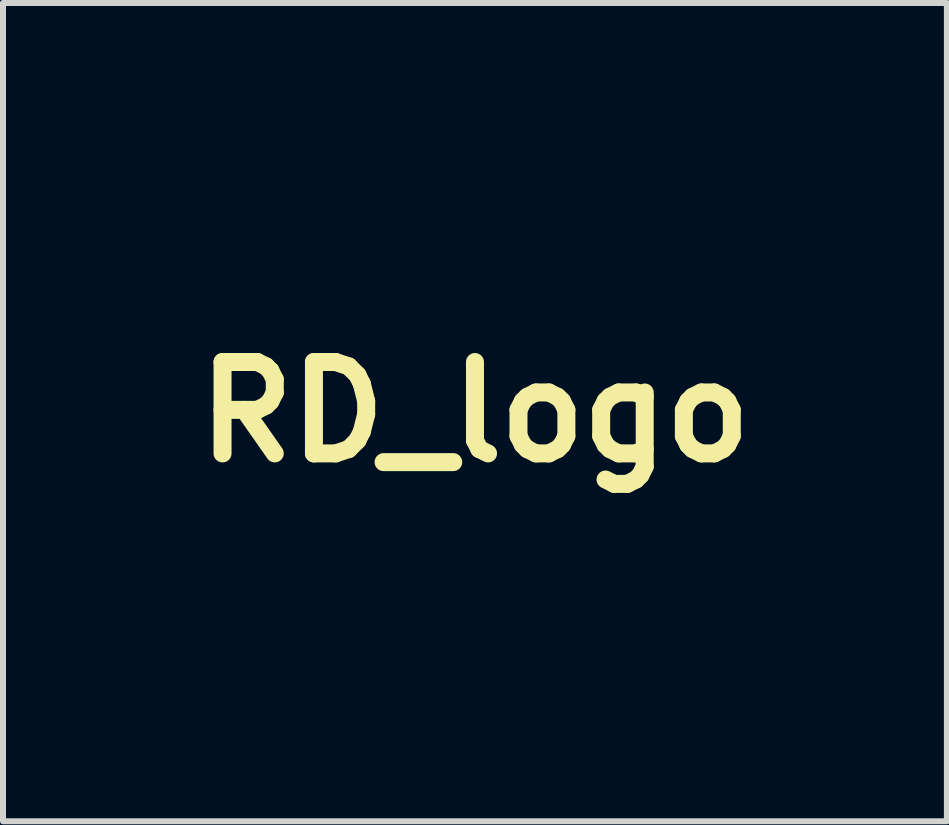
<source format=kicad_pcb>
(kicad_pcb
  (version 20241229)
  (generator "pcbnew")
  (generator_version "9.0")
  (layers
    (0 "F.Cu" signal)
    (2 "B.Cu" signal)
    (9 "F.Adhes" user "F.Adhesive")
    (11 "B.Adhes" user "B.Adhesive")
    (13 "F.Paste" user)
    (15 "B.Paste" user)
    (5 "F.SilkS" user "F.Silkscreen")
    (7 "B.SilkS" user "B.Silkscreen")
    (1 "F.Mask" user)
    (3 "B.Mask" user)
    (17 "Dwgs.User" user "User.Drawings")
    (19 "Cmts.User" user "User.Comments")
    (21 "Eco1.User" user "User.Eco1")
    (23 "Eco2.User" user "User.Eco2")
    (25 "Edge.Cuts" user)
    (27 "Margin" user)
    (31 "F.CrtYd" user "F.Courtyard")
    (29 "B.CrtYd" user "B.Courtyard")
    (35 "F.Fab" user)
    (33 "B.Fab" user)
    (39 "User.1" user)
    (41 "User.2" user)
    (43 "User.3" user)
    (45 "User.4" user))
  (footprint "RD_logo"
    (layer "F.Cu")
    (at 4.87 3.821)
    (property "Reference" "RD_logo" (at 0 0 0) (layer "F.SilkS") (effects (font (size 1.524 1.524) (thickness 0.3))))
    (attr through_hole)
    (fp_poly (pts (xy 0.07 0.925) (xy 0.074 0.93) (xy 0.076 0.937) (xy 0.076 0.942) (xy 0.077 0.948) (xy 0.079 0.957) (xy 0.081 0.968) (xy 0.085 0.979) (xy 0.088 0.989) (xy 0.092 0.998) (xy 0.093 1) (xy 0.099 1.01) (xy 0.105 1.019) (xy 0.11 1.024) (xy 0.123 1.035) (xy 0.139 1.046) (xy 0.158 1.058) (xy 0.179 1.068) (xy 0.196 1.076) (xy 0.204 1.079) (xy 0.209 1.082) (xy 0.212 1.084) (xy 0.213 1.086) (xy 0.212 1.091) (xy 0.211 1.093) (xy 0.209 1.093) (xy 0.203 1.094) (xy 0.195 1.096) (xy 0.184 1.097) (xy 0.172 1.099) (xy 0.158 1.101) (xy 0.144 1.102) (xy 0.13 1.104) (xy 0.116 1.106) (xy 0.103 1.107) (xy 0.092 1.108) (xy 0.082 1.109) (xy 0.076 1.11) (xy 0.073 1.11) (xy 0.065 1.109) (xy 0.057 1.108) (xy 0.055 1.107) (xy 0.041 1.101) (xy 0.03 1.093) (xy 0.02 1.083) (xy 0.014 1.071) (xy 0.01 1.059) (xy 0.01 1.049) (xy 0.011 1.045) (xy 0.013 1.038) (xy 0.017 1.028) (xy 0.02 1.017) (xy 0.025 1.005) (xy 0.03 0.992) (xy 0.035 0.978) (xy 0.04 0.965) (xy 0.045 0.953) (xy 0.05 0.943) (xy 0.054 0.934) (xy 0.057 0.928) (xy 0.059 0.924) (xy 0.059 0.924) (xy 0.065 0.923) (xy 0.07 0.925)) (stroke (width 0.01) (type solid)) (fill yes) (layer "F.Mask"))
    (fp_poly (pts (xy -0.68 -3.219) (xy -0.68 -3.216) (xy -0.681 -3.214) (xy -0.685 -3.209) (xy -0.691 -3.203) (xy -0.699 -3.195) (xy -0.707 -3.186) (xy -0.717 -3.176) (xy -0.717 -3.176) (xy -0.755 -3.138) (xy -0.791 -3.102) (xy -0.823 -3.069) (xy -0.853 -3.037) (xy -0.879 -3.008) (xy -0.903 -2.981) (xy -0.916 -2.965) (xy -0.922 -2.958) (xy -0.929 -2.948) (xy -0.938 -2.936) (xy -0.948 -2.923) (xy -0.958 -2.91) (xy -0.967 -2.896) (xy -0.97 -2.893) (xy -0.987 -2.868) (xy -1.002 -2.847) (xy -1.017 -2.827) (xy -1.031 -2.808) (xy -1.044 -2.79) (xy -1.059 -2.772) (xy -1.074 -2.754) (xy -1.078 -2.748) (xy -1.105 -2.715) (xy -1.129 -2.685) (xy -1.151 -2.657) (xy -1.17 -2.63) (xy -1.187 -2.606) (xy -1.195 -2.594) (xy -1.199 -2.586) (xy -1.206 -2.576) (xy -1.213 -2.562) (xy -1.222 -2.545) (xy -1.232 -2.526) (xy -1.242 -2.506) (xy -1.254 -2.483) (xy -1.266 -2.459) (xy -1.278 -2.435) (xy -1.29 -2.409) (xy -1.303 -2.383) (xy -1.315 -2.357) (xy -1.328 -2.332) (xy -1.339 -2.307) (xy -1.351 -2.282) (xy -1.355 -2.272) (xy -1.373 -2.233) (xy -1.392 -2.19) (xy -1.411 -2.146) (xy -1.431 -2.1) (xy -1.45 -2.054) (xy -1.469 -2.008) (xy -1.477 -1.986) (xy -1.483 -1.973) (xy -1.488 -1.961) (xy -1.492 -1.95) (xy -1.496 -1.942) (xy -1.498 -1.936) (xy -1.5 -1.933) (xy -1.504 -1.929) (xy -1.51 -1.928) (xy -1.516 -1.93) (xy -1.519 -1.933) (xy -1.52 -1.935) (xy -1.52 -1.936) (xy -1.521 -1.939) (xy -1.52 -1.942) (xy -1.519 -1.947) (xy -1.518 -1.953) (xy -1.516 -1.962) (xy -1.514 -1.973) (xy -1.51 -1.987) (xy -1.506 -2.005) (xy -1.503 -2.017) (xy -1.494 -2.051) (xy -1.486 -2.081) (xy -1.479 -2.11) (xy -1.471 -2.136) (xy -1.464 -2.161) (xy -1.457 -2.186) (xy -1.449 -2.21) (xy -1.44 -2.236) (xy -1.431 -2.262) (xy -1.421 -2.291) (xy -1.421 -2.292) (xy -1.409 -2.326) (xy -1.396 -2.36) (xy -1.383 -2.395) (xy -1.371 -2.429) (xy -1.358 -2.462) (xy -1.345 -2.495) (xy -1.332 -2.527) (xy -1.32 -2.557) (xy -1.308 -2.586) (xy -1.297 -2.613) (xy -1.287 -2.638) (xy -1.277 -2.661) (xy -1.268 -2.681) (xy -1.259 -2.699) (xy -1.252 -2.713) (xy -1.246 -2.724) (xy -1.245 -2.727) (xy -1.238 -2.737) (xy -1.229 -2.749) (xy -1.219 -2.761) (xy -1.207 -2.775) (xy -1.193 -2.79) (xy -1.176 -2.808) (xy -1.161 -2.823) (xy -1.128 -2.856) (xy -1.092 -2.889) (xy -1.054 -2.925) (xy -1.014 -2.96) (xy -0.972 -2.997) (xy -0.929 -3.033) (xy -0.886 -3.069) (xy -0.842 -3.104) (xy -0.799 -3.138) (xy -0.756 -3.171) (xy -0.749 -3.176) (xy -0.737 -3.185) (xy -0.726 -3.194) (xy -0.715 -3.201) (xy -0.706 -3.208) (xy -0.699 -3.213) (xy -0.695 -3.216) (xy -0.694 -3.217) (xy -0.688 -3.22) (xy -0.683 -3.221) (xy -0.68 -3.219)) (stroke (width 0.01) (type solid)) (fill yes) (layer "F.Mask"))
    (fp_poly (pts (xy -1.956 -1.494) (xy -1.953 -1.493) (xy -1.949 -1.489) (xy -1.943 -1.482) (xy -1.936 -1.471) (xy -1.928 -1.457) (xy -1.917 -1.44) (xy -1.905 -1.419) (xy -1.891 -1.394) (xy -1.876 -1.366) (xy -1.859 -1.335) (xy -1.84 -1.3) (xy -1.82 -1.261) (xy -1.805 -1.234) (xy -1.795 -1.214) (xy -1.786 -1.196) (xy -1.776 -1.178) (xy -1.768 -1.162) (xy -1.76 -1.148) (xy -1.754 -1.136) (xy -1.749 -1.127) (xy -1.745 -1.12) (xy -1.743 -1.116) (xy -1.743 -1.116) (xy -1.741 -1.114) (xy -1.737 -1.109) (xy -1.73 -1.102) (xy -1.72 -1.093) (xy -1.708 -1.081) (xy -1.694 -1.067) (xy -1.677 -1.051) (xy -1.659 -1.032) (xy -1.638 -1.012) (xy -1.616 -0.991) (xy -1.592 -0.967) (xy -1.566 -0.942) (xy -1.539 -0.916) (xy -1.511 -0.888) (xy -1.481 -0.859) (xy -1.45 -0.829) (xy -1.418 -0.797) (xy -1.384 -0.765) (xy -1.35 -0.732) (xy -1.316 -0.699) (xy -1.28 -0.664) (xy -1.244 -0.629) (xy -1.208 -0.594) (xy -1.171 -0.558) (xy -1.134 -0.523) (xy -1.097 -0.487) (xy -1.06 -0.451) (xy -1.023 -0.415) (xy -0.986 -0.379) (xy -0.949 -0.344) (xy -0.913 -0.309) (xy -0.878 -0.275) (xy -0.843 -0.241) (xy -0.809 -0.208) (xy -0.775 -0.176) (xy -0.743 -0.145) (xy -0.712 -0.114) (xy -0.682 -0.085) (xy -0.653 -0.058) (xy -0.625 -0.031) (xy -0.599 -0.006) (xy -0.575 0.017) (xy -0.552 0.039) (xy -0.532 0.059) (xy -0.513 0.077) (xy -0.496 0.093) (xy -0.481 0.107) (xy -0.469 0.118) (xy -0.459 0.128) (xy -0.451 0.135) (xy -0.446 0.14) (xy -0.444 0.142) (xy -0.432 0.15) (xy -0.417 0.158) (xy -0.401 0.166) (xy -0.386 0.174) (xy -0.371 0.18) (xy -0.366 0.182) (xy -0.349 0.187) (xy -0.333 0.189) (xy -0.318 0.189) (xy -0.305 0.187) (xy -0.305 0.187) (xy -0.289 0.181) (xy -0.273 0.171) (xy -0.255 0.157) (xy -0.236 0.139) (xy -0.217 0.118) (xy -0.196 0.093) (xy -0.187 0.08) (xy -0.178 0.069) (xy -0.172 0.061) (xy -0.167 0.056) (xy -0.163 0.053) (xy -0.159 0.053) (xy -0.155 0.054) (xy -0.151 0.056) (xy -0.149 0.058) (xy -0.147 0.061) (xy -0.147 0.065) (xy -0.147 0.071) (xy -0.147 0.085) (xy -0.149 0.101) (xy -0.153 0.119) (xy -0.157 0.138) (xy -0.162 0.157) (xy -0.167 0.175) (xy -0.173 0.192) (xy -0.174 0.196) (xy -0.188 0.224) (xy -0.204 0.25) (xy -0.224 0.274) (xy -0.246 0.295) (xy -0.27 0.313) (xy -0.294 0.327) (xy -0.31 0.334) (xy -0.325 0.338) (xy -0.339 0.339) (xy -0.349 0.338) (xy -0.368 0.334) (xy -0.388 0.326) (xy -0.406 0.314) (xy -0.407 0.314) (xy -0.411 0.311) (xy -0.417 0.305) (xy -0.426 0.297) (xy -0.437 0.287) (xy -0.451 0.274) (xy -0.467 0.258) (xy -0.486 0.24) (xy -0.508 0.219) (xy -0.532 0.196) (xy -0.559 0.169) (xy -0.588 0.14) (xy -0.597 0.132) (xy -0.619 0.11) (xy -0.64 0.09) (xy -0.66 0.07) (xy -0.679 0.051) (xy -0.697 0.034) (xy -0.713 0.018) (xy -0.728 0.003) (xy -0.741 -0.009) (xy -0.752 -0.02) (xy -0.761 -0.029) (xy -0.768 -0.035) (xy -0.772 -0.039) (xy -0.774 -0.041) (xy -0.774 -0.041) (xy -0.774 -0.039) (xy -0.775 -0.034) (xy -0.777 -0.028) (xy -0.777 -0.024) (xy -0.781 0.002) (xy -0.788 0.031) (xy -0.797 0.061) (xy -0.807 0.092) (xy -0.819 0.123) (xy -0.832 0.153) (xy -0.846 0.182) (xy -0.857 0.203) (xy -0.866 0.218) (xy -0.877 0.236) (xy -0.891 0.257) (xy -0.905 0.278) (xy -0.921 0.301) (xy -0.938 0.324) (xy -0.954 0.347) (xy -0.971 0.37) (xy -0.988 0.391) (xy -1.002 0.41) (xy -1.015 0.425) (xy -1.028 0.427) (xy -1.038 0.427) (xy -1.051 0.428) (xy -1.066 0.428) (xy -1.082 0.427) (xy -1.099 0.427) (xy -1.113 0.426) (xy -1.125 0.425) (xy -1.139 0.424) (xy -1.151 0.422) (xy -1.158 0.421) (xy -1.182 0.416) (xy -1.209 0.41) (xy -1.238 0.402) (xy -1.269 0.392) (xy -1.3 0.38) (xy -1.332 0.368) (xy -1.364 0.355) (xy -1.395 0.34) (xy -1.404 0.336) (xy -1.437 0.32) (xy -1.467 0.303) (xy -1.494 0.287) (xy -1.519 0.27) (xy -1.543 0.252) (xy -1.566 0.233) (xy -1.589 0.212) (xy -1.606 0.196) (xy -1.638 0.162) (xy -1.668 0.127) (xy -1.697 0.09) (xy -1.724 0.051) (xy -1.751 0.009) (xy -1.778 -0.037) (xy -1.804 -0.086) (xy -1.809 -0.097) (xy -1.812 -0.103) (xy -1.036 -0.103) (xy -1.034 -0.089) (xy -1.031 -0.073) (xy -1.025 -0.058) (xy -1.018 -0.043) (xy -1.01 -0.03) (xy -1.003 -0.02) (xy -0.987 -0.007) (xy -0.971 0.003) (xy -0.954 0.009) (xy -0.937 0.011) (xy -0.931 0.011) (xy -0.923 0.01) (xy -0.916 0.009) (xy -0.909 0.006) (xy -0.9 0.002) (xy -0.9 0.002) (xy -0.884 -0.007) (xy -0.871 -0.02) (xy -0.859 -0.034) (xy -0.857 -0.037) (xy -0.853 -0.046) (xy -0.848 -0.057) (xy -0.844 -0.07) (xy -0.841 -0.084) (xy -0.839 -0.089) (xy -0.836 -0.103) (xy -0.89 -0.155) (xy -0.902 -0.167) (xy -0.914 -0.179) (xy -0.925 -0.19) (xy -0.935 -0.199) (xy -0.943 -0.207) (xy -0.95 -0.213) (xy -0.954 -0.217) (xy -0.954 -0.217) (xy -0.965 -0.227) (xy -0.982 -0.211) (xy -0.997 -0.195) (xy -1.009 -0.18) (xy -1.019 -0.164) (xy -1.023 -0.156) (xy -1.028 -0.143) (xy -1.032 -0.129) (xy -1.034 -0.116) (xy -1.036 -0.103) (xy -1.036 -0.103) (xy -1.812 -0.103) (xy -1.842 -0.164) (xy -1.871 -0.231) (xy -1.897 -0.297) (xy -1.92 -0.362) (xy -1.94 -0.427) (xy -1.955 -0.482) (xy -1.42 -0.482) (xy -1.42 -0.475) (xy -1.419 -0.455) (xy -1.417 -0.438) (xy -1.414 -0.422) (xy -1.41 -0.406) (xy -1.405 -0.39) (xy -1.397 -0.369) (xy -1.387 -0.349) (xy -1.376 -0.329) (xy -1.363 -0.31) (xy -1.35 -0.294) (xy -1.337 -0.28) (xy -1.323 -0.268) (xy -1.318 -0.265) (xy -1.298 -0.254) (xy -1.276 -0.244) (xy -1.254 -0.236) (xy -1.232 -0.231) (xy -1.23 -0.231) (xy -1.218 -0.229) (xy -1.204 -0.229) (xy -1.19 -0.229) (xy -1.176 -0.23) (xy -1.167 -0.232) (xy -1.146 -0.238) (xy -1.127 -0.247) (xy -1.11 -0.26) (xy -1.095 -0.275) (xy -1.083 -0.293) (xy -1.077 -0.306) (xy -1.075 -0.313) (xy -1.073 -0.319) (xy -1.072 -0.322) (xy -1.072 -0.323) (xy -1.072 -0.325) (xy -1.073 -0.327) (xy -1.075 -0.329) (xy -1.078 -0.333) (xy -1.082 -0.337) (xy -1.088 -0.343) (xy -1.094 -0.349) (xy -1.102 -0.358) (xy -1.112 -0.368) (xy -1.124 -0.379) (xy -1.138 -0.393) (xy -1.154 -0.409) (xy -1.172 -0.427) (xy -1.193 -0.447) (xy -1.216 -0.47) (xy -1.225 -0.479) (xy -1.246 -0.499) (xy -1.266 -0.518) (xy -1.284 -0.536) (xy -1.302 -0.554) (xy -1.318 -0.57) (xy -1.333 -0.584) (xy -1.347 -0.597) (xy -1.358 -0.608) (xy -1.367 -0.617) (xy -1.374 -0.624) (xy -1.379 -0.628) (xy -1.381 -0.63) (xy -1.381 -0.63) (xy -1.383 -0.628) (xy -1.386 -0.624) (xy -1.389 -0.617) (xy -1.393 -0.608) (xy -1.397 -0.599) (xy -1.401 -0.589) (xy -1.404 -0.58) (xy -1.406 -0.575) (xy -1.413 -0.552) (xy -1.417 -0.529) (xy -1.42 -0.507) (xy -1.42 -0.482) (xy -1.955 -0.482) (xy -1.956 -0.49) (xy -1.969 -0.551) (xy -1.977 -0.599) (xy -1.981 -0.625) (xy -1.983 -0.648) (xy -1.984 -0.671) (xy -1.985 -0.694) (xy -1.986 -0.716) (xy -1.986 -0.73) (xy -1.986 -0.741) (xy -1.986 -0.748) (xy -1.986 -0.753) (xy -1.987 -0.757) (xy -1.988 -0.759) (xy -1.989 -0.761) (xy -1.99 -0.762) (xy -1.992 -0.763) (xy -1.997 -0.767) (xy -2.005 -0.772) (xy -2.016 -0.779) (xy -2.029 -0.787) (xy -2.044 -0.797) (xy -2.061 -0.808) (xy -2.08 -0.82) (xy -2.1 -0.832) (xy -2.121 -0.846) (xy -2.143 -0.86) (xy -2.143 -0.86) (xy -2.165 -0.874) (xy -2.187 -0.887) (xy -2.207 -0.9) (xy -2.225 -0.912) (xy -2.242 -0.922) (xy -2.258 -0.932) (xy -2.271 -0.94) (xy -2.282 -0.947) (xy -2.29 -0.953) (xy -2.295 -0.956) (xy -2.297 -0.958) (xy -2.297 -0.958) (xy -2.304 -0.966) (xy -2.307 -0.974) (xy -2.307 -0.982) (xy -2.303 -0.989) (xy -2.296 -0.996) (xy -2.286 -1.001) (xy -2.274 -1.003) (xy -2.261 -1.004) (xy -2.247 -1.003) (xy -2.247 -1.003) (xy -2.242 -1.001) (xy -2.234 -0.998) (xy -2.223 -0.993) (xy -2.21 -0.987) (xy -2.194 -0.979) (xy -2.178 -0.971) (xy -2.16 -0.963) (xy -2.142 -0.953) (xy -2.123 -0.944) (xy -2.105 -0.934) (xy -2.087 -0.925) (xy -2.069 -0.916) (xy -2.053 -0.907) (xy -2.039 -0.899) (xy -2.027 -0.892) (xy -2.022 -0.889) (xy -2.007 -0.88) (xy -1.995 -0.873) (xy -1.985 -0.867) (xy -1.977 -0.863) (xy -1.97 -0.861) (xy -1.965 -0.86) (xy -1.961 -0.86) (xy -1.957 -0.861) (xy -1.954 -0.862) (xy -1.949 -0.866) (xy -1.943 -0.873) (xy -1.937 -0.88) (xy -1.931 -0.888) (xy -1.928 -0.893) (xy -1.924 -0.904) (xy -1.923 -0.914) (xy -1.925 -0.922) (xy -1.927 -0.924) (xy -1.931 -0.929) (xy -1.937 -0.937) (xy -1.945 -0.946) (xy -1.955 -0.958) (xy -1.966 -0.971) (xy -1.979 -0.985) (xy -1.992 -1) (xy -2.004 -1.012) (xy -2.034 -1.046) (xy -2.062 -1.077) (xy -2.087 -1.106) (xy -2.11 -1.131) (xy -2.131 -1.155) (xy -2.15 -1.176) (xy -2.166 -1.194) (xy -2.181 -1.211) (xy -2.193 -1.226) (xy -2.204 -1.238) (xy -2.213 -1.249) (xy -2.221 -1.258) (xy -2.226 -1.265) (xy -2.231 -1.271) (xy -2.234 -1.276) (xy -2.235 -1.279) (xy -2.238 -1.288) (xy -2.239 -1.299) (xy -2.238 -1.31) (xy -2.236 -1.315) (xy -2.231 -1.327) (xy -2.223 -1.335) (xy -2.214 -1.341) (xy -2.204 -1.344) (xy -2.194 -1.343) (xy -2.187 -1.341) (xy -2.184 -1.338) (xy -2.179 -1.334) (xy -2.171 -1.327) (xy -2.162 -1.319) (xy -2.151 -1.308) (xy -2.138 -1.297) (xy -2.125 -1.284) (xy -2.111 -1.27) (xy -2.107 -1.267) (xy -2.091 -1.25) (xy -2.075 -1.235) (xy -2.061 -1.221) (xy -2.047 -1.207) (xy -2.033 -1.193) (xy -2.019 -1.179) (xy -2.004 -1.164) (xy -1.988 -1.147) (xy -1.971 -1.129) (xy -1.952 -1.11) (xy -1.931 -1.088) (xy -1.916 -1.072) (xy -1.905 -1.06) (xy -1.895 -1.05) (xy -1.886 -1.042) (xy -1.879 -1.036) (xy -1.874 -1.032) (xy -1.873 -1.031) (xy -1.862 -1.028) (xy -1.853 -1.027) (xy -1.844 -1.031) (xy -1.836 -1.037) (xy -1.835 -1.039) (xy -1.833 -1.042) (xy -1.833 -1.046) (xy -1.834 -1.052) (xy -1.834 -1.054) (xy -1.835 -1.057) (xy -1.838 -1.064) (xy -1.842 -1.074) (xy -1.847 -1.086) (xy -1.853 -1.1) (xy -1.86 -1.117) (xy -1.868 -1.134) (xy -1.876 -1.153) (xy -1.885 -1.173) (xy -1.885 -1.173) (xy -1.898 -1.201) (xy -1.909 -1.225) (xy -1.919 -1.247) (xy -1.927 -1.266) (xy -1.935 -1.284) (xy -1.941 -1.299) (xy -1.947 -1.313) (xy -1.953 -1.326) (xy -1.958 -1.339) (xy -1.963 -1.351) (xy -1.968 -1.363) (xy -1.973 -1.376) (xy -1.976 -1.383) (xy -1.992 -1.423) (xy -1.992 -1.446) (xy -1.993 -1.459) (xy -1.992 -1.468) (xy -1.991 -1.476) (xy -1.988 -1.482) (xy -1.984 -1.487) (xy -1.981 -1.49) (xy -1.973 -1.495) (xy -1.965 -1.497) (xy -1.956 -1.494)) (stroke (width 0.01) (type solid)) (fill yes) (layer "F.Mask"))
    (fp_poly (pts (xy -0.256 -3.814) (xy -0.204 -3.811) (xy -0.177 -3.809) (xy -0.158 -3.807) (xy -0.139 -3.804) (xy -0.12 -3.802) (xy -0.101 -3.799) (xy -0.084 -3.796) (xy -0.068 -3.793) (xy -0.054 -3.79) (xy -0.043 -3.787) (xy -0.035 -3.785) (xy -0.03 -3.783) (xy -0.02 -3.775) (xy -0.011 -3.763) (xy -0.003 -3.749) (xy 0.005 -3.731) (xy 0.012 -3.709) (xy 0.018 -3.684) (xy 0.024 -3.655) (xy 0.029 -3.623) (xy 0.031 -3.608) (xy 0.034 -3.582) (xy 0.037 -3.553) (xy 0.04 -3.522) (xy 0.043 -3.488) (xy 0.045 -3.454) (xy 0.047 -3.419) (xy 0.049 -3.384) (xy 0.051 -3.35) (xy 0.051 -3.34) (xy 0.052 -3.316) (xy 0.052 -3.292) (xy 0.052 -3.268) (xy 0.052 -3.245) (xy 0.051 -3.221) (xy 0.05 -3.195) (xy 0.048 -3.169) (xy 0.046 -3.14) (xy 0.043 -3.108) (xy 0.04 -3.074) (xy 0.038 -3.056) (xy 0.037 -3.045) (xy 0.036 -3.036) (xy 0.035 -3.028) (xy 0.035 -3.023) (xy 0.036 -3.022) (xy 0.038 -3.021) (xy 0.043 -3.019) (xy 0.052 -3.017) (xy 0.063 -3.014) (xy 0.076 -3.01) (xy 0.091 -3.006) (xy 0.108 -3.002) (xy 0.12 -2.999) (xy 0.192 -2.98) (xy 0.261 -2.962) (xy 0.326 -2.944) (xy 0.389 -2.927) (xy 0.449 -2.909) (xy 0.507 -2.892) (xy 0.564 -2.874) (xy 0.619 -2.856) (xy 0.673 -2.838) (xy 0.727 -2.819) (xy 0.781 -2.8) (xy 0.835 -2.78) (xy 0.852 -2.774) (xy 0.958 -2.732) (xy 1.061 -2.689) (xy 1.162 -2.644) (xy 1.26 -2.598) (xy 1.354 -2.549) (xy 1.445 -2.499) (xy 1.534 -2.448) (xy 1.618 -2.395) (xy 1.7 -2.341) (xy 1.778 -2.285) (xy 1.852 -2.228) (xy 1.9 -2.189) (xy 1.963 -2.135) (xy 2.025 -2.078) (xy 2.088 -2.017) (xy 2.151 -1.953) (xy 2.213 -1.886) (xy 2.274 -1.817) (xy 2.335 -1.745) (xy 2.395 -1.671) (xy 2.453 -1.596) (xy 2.509 -1.519) (xy 2.564 -1.441) (xy 2.617 -1.362) (xy 2.668 -1.282) (xy 2.698 -1.233) (xy 2.743 -1.154) (xy 2.788 -1.071) (xy 2.831 -0.986) (xy 2.873 -0.898) (xy 2.913 -0.809) (xy 2.95 -0.718) (xy 2.971 -0.663) (xy 3.008 -0.562) (xy 3.042 -0.461) (xy 3.074 -0.36) (xy 3.101 -0.259) (xy 3.126 -0.159) (xy 3.146 -0.067) (xy 3.149 -0.052) (xy 3.152 -0.035) (xy 3.155 -0.017) (xy 3.158 0.001) (xy 3.161 0.019) (xy 3.164 0.036) (xy 3.166 0.052) (xy 3.169 0.067) (xy 3.171 0.079) (xy 3.172 0.09) (xy 3.173 0.097) (xy 3.173 0.101) (xy 3.173 0.102) (xy 3.171 0.101) (xy 3.168 0.097) (xy 3.164 0.089) (xy 3.157 0.08) (xy 3.149 0.067) (xy 3.14 0.053) (xy 3.129 0.036) (xy 3.118 0.017) (xy 3.105 -0.003) (xy 3.092 -0.025) (xy 3.078 -0.048) (xy 3.063 -0.072) (xy 3.048 -0.097) (xy 3.032 -0.123) (xy 3.016 -0.149) (xy 3 -0.175) (xy 2.998 -0.179) (xy 2.976 -0.216) (xy 2.954 -0.251) (xy 2.934 -0.284) (xy 2.914 -0.315) (xy 2.895 -0.345) (xy 2.876 -0.375) (xy 2.856 -0.404) (xy 2.836 -0.434) (xy 2.815 -0.464) (xy 2.793 -0.495) (xy 2.769 -0.528) (xy 2.744 -0.563) (xy 2.716 -0.6) (xy 2.709 -0.61) (xy 2.697 -0.626) (xy 2.683 -0.645) (xy 2.67 -0.664) (xy 2.656 -0.682) (xy 2.643 -0.7) (xy 2.632 -0.716) (xy 2.625 -0.726) (xy 2.604 -0.756) (xy 2.585 -0.783) (xy 2.567 -0.808) (xy 2.552 -0.829) (xy 2.539 -0.847) (xy 2.528 -0.862) (xy 2.522 -0.869) (xy 2.517 -0.876) (xy 2.51 -0.884) (xy 2.501 -0.893) (xy 2.491 -0.904) (xy 2.48 -0.915) (xy 2.469 -0.927) (xy 2.458 -0.938) (xy 2.447 -0.949) (xy 2.438 -0.958) (xy 2.429 -0.966) (xy 2.423 -0.972) (xy 2.42 -0.974) (xy 2.413 -0.979) (xy 2.42 -0.963) (xy 2.428 -0.943) (xy 2.437 -0.92) (xy 2.446 -0.894) (xy 2.455 -0.865) (xy 2.465 -0.833) (xy 2.475 -0.8) (xy 2.485 -0.765) (xy 2.495 -0.728) (xy 2.505 -0.691) (xy 2.515 -0.653) (xy 2.525 -0.615) (xy 2.534 -0.577) (xy 2.543 -0.539) (xy 2.546 -0.527) (xy 2.568 -0.421) (xy 2.587 -0.318) (xy 2.603 -0.216) (xy 2.617 -0.115) (xy 2.627 -0.014) (xy 2.635 0.086) (xy 2.638 0.131) (xy 2.639 0.163) (xy 2.64 0.199) (xy 2.641 0.237) (xy 2.641 0.276) (xy 2.64 0.316) (xy 2.639 0.355) (xy 2.637 0.394) (xy 2.636 0.43) (xy 2.633 0.464) (xy 2.633 0.471) (xy 2.625 0.548) (xy 2.614 0.628) (xy 2.599 0.709) (xy 2.582 0.793) (xy 2.561 0.878) (xy 2.538 0.964) (xy 2.511 1.052) (xy 2.482 1.14) (xy 2.45 1.23) (xy 2.415 1.321) (xy 2.377 1.412) (xy 2.34 1.496) (xy 2.335 1.508) (xy 2.329 1.521) (xy 2.322 1.536) (xy 2.315 1.551) (xy 2.307 1.567) (xy 2.3 1.582) (xy 2.293 1.597) (xy 2.286 1.611) (xy 2.28 1.624) (xy 2.275 1.635) (xy 2.27 1.644) (xy 2.267 1.65) (xy 2.265 1.653) (xy 2.265 1.654) (xy 2.265 1.652) (xy 2.265 1.647) (xy 2.266 1.639) (xy 2.267 1.631) (xy 2.27 1.607) (xy 2.273 1.58) (xy 2.275 1.55) (xy 2.278 1.518) (xy 2.28 1.484) (xy 2.282 1.449) (xy 2.284 1.414) (xy 2.284 1.407) (xy 2.285 1.393) (xy 2.285 1.376) (xy 2.285 1.357) (xy 2.285 1.337) (xy 2.286 1.315) (xy 2.286 1.292) (xy 2.286 1.268) (xy 2.285 1.245) (xy 2.285 1.222) (xy 2.285 1.2) (xy 2.284 1.179) (xy 2.284 1.161) (xy 2.284 1.145) (xy 2.283 1.131) (xy 2.282 1.121) (xy 2.282 1.119) (xy 2.28 1.099) (xy 2.278 1.08) (xy 2.276 1.06) (xy 2.274 1.04) (xy 2.271 1.018) (xy 2.268 0.994) (xy 2.264 0.968) (xy 2.26 0.938) (xy 2.258 0.919) (xy 2.254 0.896) (xy 2.251 0.876) (xy 2.249 0.858) (xy 2.247 0.842) (xy 2.245 0.827) (xy 2.243 0.814) (xy 2.241 0.801) (xy 2.239 0.788) (xy 2.238 0.774) (xy 2.236 0.759) (xy 2.234 0.743) (xy 2.232 0.725) (xy 2.23 0.704) (xy 2.227 0.68) (xy 2.225 0.659) (xy 2.22 0.621) (xy 2.216 0.587) (xy 2.212 0.556) (xy 2.209 0.528) (xy 2.206 0.503) (xy 2.203 0.48) (xy 2.2 0.459) (xy 2.197 0.44) (xy 2.195 0.422) (xy 2.192 0.406) (xy 2.19 0.391) (xy 2.187 0.377) (xy 2.184 0.362) (xy 2.183 0.359) (xy 2.179 0.339) (xy 2.175 0.322) (xy 2.171 0.307) (xy 2.168 0.294) (xy 2.164 0.285) (xy 2.164 0.285) (xy 2.163 0.282) (xy 2.162 0.282) (xy 2.162 0.283) (xy 2.161 0.287) (xy 2.161 0.295) (xy 2.161 0.302) (xy 2.16 0.336) (xy 2.156 0.373) (xy 2.151 0.412) (xy 2.143 0.454) (xy 2.134 0.496) (xy 2.123 0.54) (xy 2.111 0.585) (xy 2.097 0.629) (xy 2.082 0.674) (xy 2.066 0.717) (xy 2.048 0.76) (xy 2.033 0.793) (xy 2.026 0.809) (xy 2.018 0.824) (xy 2.011 0.839) (xy 2.003 0.853) (xy 1.995 0.868) (xy 1.986 0.884) (xy 1.976 0.9) (xy 1.965 0.918) (xy 1.952 0.938) (xy 1.938 0.96) (xy 1.923 0.984) (xy 1.905 1.012) (xy 1.903 1.014) (xy 1.886 1.041) (xy 1.87 1.064) (xy 1.857 1.085) (xy 1.845 1.105) (xy 1.834 1.122) (xy 1.825 1.138) (xy 1.816 1.153) (xy 1.808 1.168) (xy 1.801 1.182) (xy 1.799 1.186) (xy 1.783 1.219) (xy 1.769 1.251) (xy 1.758 1.281) (xy 1.749 1.31) (xy 1.741 1.34) (xy 1.735 1.371) (xy 1.735 1.372) (xy 1.727 1.425) (xy 1.72 1.482) (xy 1.713 1.541) (xy 1.707 1.603) (xy 1.701 1.666) (xy 1.697 1.729) (xy 1.697 1.731) (xy 1.696 1.746) (xy 1.695 1.764) (xy 1.694 1.786) (xy 1.694 1.809) (xy 1.694 1.834) (xy 1.693 1.86) (xy 1.693 1.887) (xy 1.693 1.915) (xy 1.693 1.942) (xy 1.693 1.969) (xy 1.693 1.994) (xy 1.694 2.017) (xy 1.694 2.039) (xy 1.695 2.058) (xy 1.695 2.073) (xy 1.696 2.079) (xy 1.7 2.142) (xy 1.705 2.202) (xy 1.711 2.259) (xy 1.718 2.314) (xy 1.726 2.366) (xy 1.735 2.417) (xy 1.745 2.466) (xy 1.747 2.473) (xy 1.75 2.486) (xy 1.753 2.5) (xy 1.757 2.515) (xy 1.76 2.528) (xy 1.764 2.541) (xy 1.766 2.551) (xy 1.769 2.559) (xy 1.769 2.561) (xy 1.769 2.561) (xy 1.765 2.558) (xy 1.76 2.554) (xy 1.753 2.547) (xy 1.744 2.538) (xy 1.733 2.527) (xy 1.721 2.515) (xy 1.708 2.502) (xy 1.695 2.488) (xy 1.68 2.473) (xy 1.666 2.457) (xy 1.651 2.442) (xy 1.636 2.426) (xy 1.622 2.41) (xy 1.614 2.401) (xy 1.538 2.316) (xy 1.462 2.228) (xy 1.389 2.139) (xy 1.319 2.049) (xy 1.274 1.99) (xy 1.211 1.904) (xy 1.151 1.818) (xy 1.095 1.734) (xy 1.042 1.65) (xy 0.992 1.567) (xy 0.946 1.484) (xy 0.903 1.403) (xy 0.864 1.323) (xy 0.829 1.244) (xy 0.817 1.216) (xy 0.806 1.189) (xy 0.794 1.159) (xy 0.781 1.126) (xy 0.768 1.091) (xy 0.754 1.054) (xy 0.739 1.015) (xy 0.725 0.976) (xy 0.71 0.936) (xy 0.696 0.896) (xy 0.682 0.856) (xy 0.669 0.817) (xy 0.656 0.78) (xy 0.644 0.744) (xy 0.635 0.715) (xy 0.631 0.702) (xy 0.627 0.691) (xy 0.624 0.682) (xy 0.621 0.676) (xy 0.62 0.672) (xy 0.619 0.671) (xy 0.618 0.673) (xy 0.616 0.678) (xy 0.612 0.685) (xy 0.609 0.694) (xy 0.607 0.699) (xy 0.602 0.709) (xy 0.598 0.717) (xy 0.595 0.723) (xy 0.592 0.727) (xy 0.589 0.73) (xy 0.586 0.732) (xy 0.577 0.74) (xy 0.576 0.789) (xy 0.575 0.805) (xy 0.575 0.821) (xy 0.575 0.837) (xy 0.575 0.852) (xy 0.574 0.864) (xy 0.574 0.868) (xy 0.574 0.898) (xy 0.597 0.92) (xy 0.62 0.944) (xy 0.641 0.967) (xy 0.66 0.989) (xy 0.676 1.01) (xy 0.689 1.029) (xy 0.699 1.046) (xy 0.706 1.061) (xy 0.707 1.065) (xy 0.71 1.073) (xy 0.711 1.081) (xy 0.71 1.089) (xy 0.71 1.091) (xy 0.705 1.126) (xy 0.696 1.161) (xy 0.683 1.196) (xy 0.667 1.231) (xy 0.648 1.264) (xy 0.625 1.297) (xy 0.599 1.328) (xy 0.571 1.359) (xy 0.545 1.382) (xy 0.519 1.403) (xy 0.492 1.424) (xy 0.464 1.443) (xy 0.434 1.461) (xy 0.402 1.479) (xy 0.367 1.498) (xy 0.357 1.503) (xy 0.295 1.531) (xy 0.23 1.556) (xy 0.163 1.579) (xy 0.095 1.598) (xy 0.024 1.614) (xy -0.048 1.627) (xy -0.096 1.634) (xy -0.116 1.637) (xy -0.135 1.639) (xy -0.152 1.64) (xy -0.168 1.642) (xy -0.185 1.643) (xy -0.203 1.643) (xy -0.223 1.644) (xy -0.245 1.644) (xy -0.267 1.644) (xy -0.303 1.644) (xy -0.338 1.643) (xy -0.371 1.642) (xy -0.405 1.64) (xy -0.439 1.637) (xy -0.475 1.634) (xy -0.513 1.63) (xy -0.529 1.628) (xy -0.598 1.62) (xy -0.665 1.61) (xy -0.73 1.598) (xy -0.794 1.585) (xy -0.856 1.57) (xy -0.918 1.553) (xy -0.98 1.534) (xy -1.043 1.513) (xy -1.106 1.49) (xy -1.171 1.464) (xy -1.238 1.435) (xy -1.268 1.422) (xy -1.279 1.417) (xy -1.258 1.447) (xy -1.197 1.537) (xy -1.138 1.629) (xy -1.082 1.724) (xy -1.027 1.821) (xy -0.976 1.921) (xy -0.927 2.023) (xy -0.881 2.126) (xy -0.838 2.23) (xy -0.798 2.336) (xy -0.767 2.426) (xy -0.745 2.495) (xy -0.725 2.561) (xy -0.707 2.624) (xy -0.692 2.685) (xy -0.679 2.742) (xy -0.669 2.797) (xy -0.661 2.849) (xy -0.656 2.898) (xy -0.653 2.938) (xy -0.652 2.949) (xy -0.652 2.96) (xy -0.652 2.97) (xy -0.652 2.977) (xy -0.652 2.979) (xy -0.654 2.988) (xy -0.659 2.976) (xy -0.665 2.964) (xy -0.673 2.948) (xy -0.683 2.93) (xy -0.693 2.909) (xy -0.705 2.888) (xy -0.717 2.865) (xy -0.73 2.841) (xy -0.743 2.818) (xy -0.756 2.794) (xy -0.768 2.772) (xy -0.78 2.75) (xy -0.791 2.73) (xy -0.793 2.728) (xy -0.813 2.692) (xy -0.833 2.659) (xy -0.851 2.628) (xy -0.869 2.6) (xy -0.887 2.572) (xy -0.904 2.546) (xy -0.923 2.519) (xy -0.942 2.493) (xy -0.962 2.465) (xy -0.984 2.436) (xy -0.994 2.423) (xy -1.011 2.402) (xy -1.024 2.383) (xy -1.036 2.368) (xy -1.047 2.354) (xy -1.055 2.342) (xy -1.063 2.331) (xy -1.069 2.321) (xy -1.075 2.312) (xy -1.078 2.307) (xy -1.082 2.3) (xy -1.086 2.294) (xy -1.089 2.291) (xy -1.09 2.29) (xy -1.09 2.292) (xy -1.089 2.299) (xy -1.087 2.308) (xy -1.085 2.322) (xy -1.082 2.338) (xy -1.079 2.357) (xy -1.075 2.379) (xy -1.07 2.403) (xy -1.065 2.43) (xy -1.06 2.459) (xy -1.054 2.49) (xy -1.048 2.523) (xy -1.041 2.557) (xy -1.034 2.593) (xy -1.028 2.621) (xy -1.013 2.702) (xy -0.996 2.784) (xy -0.979 2.868) (xy -0.962 2.951) (xy -0.944 3.034) (xy -0.927 3.114) (xy -0.917 3.159) (xy -0.91 3.194) (xy -0.903 3.225) (xy -0.898 3.253) (xy -0.893 3.28) (xy -0.888 3.305) (xy -0.885 3.33) (xy -0.881 3.355) (xy -0.878 3.381) (xy -0.875 3.408) (xy -0.873 3.427) (xy -0.87 3.457) (xy -0.867 3.49) (xy -0.864 3.524) (xy -0.862 3.558) (xy -0.86 3.593) (xy -0.859 3.628) (xy -0.858 3.662) (xy -0.857 3.695) (xy -0.856 3.725) (xy -0.857 3.753) (xy -0.857 3.778) (xy -0.857 3.786) (xy -0.859 3.818) (xy -0.893 3.796) (xy -0.957 3.755) (xy -1.024 3.71) (xy -1.092 3.664) (xy -1.162 3.615) (xy -1.232 3.564) (xy -1.302 3.512) (xy -1.373 3.459) (xy -1.443 3.405) (xy -1.512 3.351) (xy -1.579 3.297) (xy -1.645 3.242) (xy -1.709 3.188) (xy -1.717 3.181) (xy -1.795 3.113) (xy -1.871 3.044) (xy -1.945 2.975) (xy -2.017 2.906) (xy -2.086 2.837) (xy -2.152 2.768) (xy -2.215 2.7) (xy -2.275 2.633) (xy -2.296 2.608) (xy -2.347 2.547) (xy -2.399 2.483) (xy -2.449 2.417) (xy -2.499 2.351) (xy -2.547 2.285) (xy -2.592 2.219) (xy -2.635 2.154) (xy -2.64 2.145) (xy -2.695 2.056) (xy -2.748 1.965) (xy -2.799 1.872) (xy -2.847 1.777) (xy -2.892 1.682) (xy -2.93 1.597) (xy -2.946 1.558) (xy -2.963 1.516) (xy -2.979 1.474) (xy -2.996 1.432) (xy -3.011 1.389) (xy -3.026 1.348) (xy -3.039 1.308) (xy -3.052 1.27) (xy -3.063 1.234) (xy -3.064 1.228) (xy -3.079 1.173) (xy -3.093 1.116) (xy -3.106 1.057) (xy -3.118 0.996) (xy -3.128 0.932) (xy -3.138 0.865) (xy -3.146 0.796) (xy -3.151 0.749) (xy -2.982 0.749) (xy -2.981 0.795) (xy -2.978 0.86) (xy -2.972 0.924) (xy -2.962 0.986) (xy -2.949 1.049) (xy -2.933 1.112) (xy -2.932 1.113) (xy -2.926 1.133) (xy -2.919 1.157) (xy -2.91 1.184) (xy -2.901 1.213) (xy -2.89 1.244) (xy -2.878 1.277) (xy -2.866 1.312) (xy -2.854 1.347) (xy -2.841 1.384) (xy -2.827 1.421) (xy -2.814 1.457) (xy -2.8 1.494) (xy -2.787 1.529) (xy -2.774 1.564) (xy -2.761 1.597) (xy -2.749 1.628) (xy -2.737 1.657) (xy -2.726 1.683) (xy -2.717 1.707) (xy -2.713 1.715) (xy -2.679 1.792) (xy -2.645 1.865) (xy -2.61 1.934) (xy -2.574 2.001) (xy -2.538 2.064) (xy -2.5 2.126) (xy -2.462 2.185) (xy -2.422 2.242) (xy -2.38 2.298) (xy -2.337 2.353) (xy -2.291 2.407) (xy -2.252 2.451) (xy -2.239 2.465) (xy -2.223 2.482) (xy -2.206 2.5) (xy -2.186 2.521) (xy -2.165 2.543) (xy -2.142 2.566) (xy -2.119 2.59) (xy -2.094 2.615) (xy -2.07 2.64) (xy -2.045 2.665) (xy -2.02 2.689) (xy -1.996 2.713) (xy -1.973 2.736) (xy -1.951 2.758) (xy -1.93 2.779) (xy -1.911 2.797) (xy -1.894 2.813) (xy -1.886 2.821) (xy -1.873 2.833) (xy -1.859 2.846) (xy -1.845 2.859) (xy -1.829 2.873) (xy -1.813 2.888) (xy -1.797 2.903) (xy -1.78 2.918) (xy -1.764 2.932) (xy -1.749 2.946) (xy -1.734 2.959) (xy -1.72 2.972) (xy -1.708 2.983) (xy -1.697 2.992) (xy -1.687 3) (xy -1.68 3.006) (xy -1.675 3.01) (xy -1.673 3.012) (xy -1.673 3.012) (xy -1.673 3.01) (xy -1.675 3.005) (xy -1.677 2.997) (xy -1.68 2.987) (xy -1.683 2.976) (xy -1.684 2.971) (xy -1.706 2.899) (xy -1.731 2.826) (xy -1.757 2.754) (xy -1.785 2.682) (xy -1.814 2.612) (xy -1.845 2.543) (xy -1.877 2.478) (xy -1.899 2.434) (xy -1.926 2.384) (xy -1.953 2.336) (xy -1.981 2.289) (xy -2.009 2.242) (xy -2.039 2.196) (xy -2.07 2.149) (xy -2.103 2.102) (xy -2.138 2.054) (xy -2.176 2.004) (xy -2.215 1.951) (xy -2.224 1.94) (xy -2.252 1.904) (xy -2.278 1.871) (xy -2.303 1.841) (xy -2.326 1.812) (xy -2.348 1.785) (xy -2.37 1.759) (xy -2.391 1.734) (xy -2.413 1.709) (xy -2.435 1.684) (xy -2.458 1.659) (xy -2.482 1.633) (xy -2.507 1.605) (xy -2.53 1.581) (xy -2.551 1.559) (xy -2.569 1.539) (xy -2.585 1.522) (xy -2.599 1.506) (xy -2.612 1.492) (xy -2.623 1.479) (xy -2.634 1.467) (xy -2.644 1.454) (xy -2.653 1.442) (xy -2.663 1.43) (xy -2.673 1.416) (xy -2.678 1.409) (xy -2.722 1.347) (xy -2.764 1.282) (xy -2.803 1.214) (xy -2.839 1.143) (xy -2.873 1.069) (xy -2.904 0.993) (xy -2.932 0.915) (xy -2.958 0.834) (xy -2.968 0.799) (xy -2.982 0.749) (xy -3.151 0.749) (xy -3.154 0.723) (xy -3.16 0.648) (xy -3.165 0.569) (xy -3.17 0.486) (xy -3.171 0.449) (xy -3.172 0.428) (xy -3.173 0.404) (xy -3.173 0.377) (xy -3.174 0.348) (xy -3.174 0.317) (xy -3.174 0.284) (xy -3.174 0.252) (xy -3.175 0.219) (xy -3.175 0.186) (xy -3.174 0.155) (xy -3.174 0.125) (xy -3.174 0.098) (xy -3.173 0.073) (xy -3.173 0.065) (xy -3.171 -0.019) (xy -3.168 -0.101) (xy -3.164 -0.179) (xy -3.16 -0.254) (xy -3.155 -0.326) (xy -3.15 -0.396) (xy -3.143 -0.464) (xy -3.136 -0.529) (xy -3.129 -0.594) (xy -3.123 -0.634) (xy -2.747 -0.634) (xy -2.747 -0.625) (xy -2.746 -0.612) (xy -2.745 -0.605) (xy -2.737 -0.535) (xy -2.727 -0.464) (xy -2.716 -0.392) (xy -2.703 -0.321) (xy -2.689 -0.25) (xy -2.673 -0.181) (xy -2.656 -0.114) (xy -2.639 -0.049) (xy -2.623 0.004) (xy -2.608 0.049) (xy -2.59 0.097) (xy -2.57 0.148) (xy -2.548 0.201) (xy -2.523 0.257) (xy -2.496 0.315) (xy -2.467 0.375) (xy -2.436 0.437) (xy -2.403 0.5) (xy -2.367 0.566) (xy -2.33 0.633) (xy -2.291 0.702) (xy -2.251 0.771) (xy -2.208 0.842) (xy -2.192 0.869) (xy -2.152 0.934) (xy -2.113 0.996) (xy -2.074 1.055) (xy -2.037 1.112) (xy -2 1.167) (xy -1.964 1.218) (xy -1.929 1.266) (xy -1.896 1.311) (xy -1.864 1.352) (xy -1.861 1.356) (xy -1.843 1.378) (xy -1.826 1.4) (xy -1.809 1.422) (xy -1.793 1.444) (xy -1.776 1.467) (xy -1.759 1.49) (xy -1.742 1.514) (xy -1.725 1.539) (xy -1.706 1.566) (xy -1.687 1.594) (xy -1.667 1.624) (xy -1.645 1.656) (xy -1.623 1.69) (xy -1.599 1.727) (xy -1.573 1.767) (xy -1.545 1.81) (xy -1.542 1.814) (xy -1.521 1.847) (xy -1.502 1.876) (xy -1.485 1.903) (xy -1.47 1.928) (xy -1.455 1.951) (xy -1.442 1.972) (xy -1.43 1.992) (xy -1.418 2.012) (xy -1.406 2.031) (xy -1.395 2.05) (xy -1.384 2.07) (xy -1.373 2.09) (xy -1.365 2.105) (xy -1.355 2.122) (xy -1.345 2.141) (xy -1.334 2.161) (xy -1.324 2.182) (xy -1.313 2.203) (xy -1.302 2.224) (xy -1.292 2.245) (xy -1.283 2.265) (xy -1.274 2.284) (xy -1.266 2.302) (xy -1.259 2.317) (xy -1.253 2.331) (xy -1.249 2.342) (xy -1.246 2.35) (xy -1.245 2.351) (xy -1.244 2.355) (xy -1.243 2.356) (xy -1.242 2.353) (xy -1.241 2.347) (xy -1.24 2.337) (xy -1.239 2.332) (xy -1.236 2.295) (xy -1.234 2.261) (xy -1.233 2.229) (xy -1.233 2.199) (xy -1.235 2.173) (xy -1.237 2.15) (xy -1.239 2.14) (xy -1.245 2.109) (xy -1.253 2.076) (xy -1.262 2.045) (xy -1.266 2.03) (xy -1.27 2.019) (xy -1.273 2.01) (xy -1.274 2.004) (xy -1.275 2) (xy -1.275 1.997) (xy -1.274 1.996) (xy -1.27 1.99) (xy -1.264 1.988) (xy -1.258 1.988) (xy -1.257 1.988) (xy -1.254 1.99) (xy -1.248 1.995) (xy -1.239 2.002) (xy -1.229 2.01) (xy -1.216 2.021) (xy -1.202 2.034) (xy -1.186 2.047) (xy -1.169 2.062) (xy -1.151 2.078) (xy -1.133 2.095) (xy -1.113 2.113) (xy -1.094 2.131) (xy -1.074 2.149) (xy -1.054 2.167) (xy -1.035 2.185) (xy -1.016 2.203) (xy -1.001 2.217) (xy -0.986 2.231) (xy -0.974 2.242) (xy -0.965 2.251) (xy -0.957 2.259) (xy -0.952 2.264) (xy -0.948 2.267) (xy -0.945 2.269) (xy -0.944 2.27) (xy -0.943 2.27) (xy -0.943 2.269) (xy -0.944 2.268) (xy -0.945 2.265) (xy -0.947 2.259) (xy -0.95 2.25) (xy -0.954 2.24) (xy -0.958 2.228) (xy -0.958 2.227) (xy -0.982 2.166) (xy -1.008 2.102) (xy -1.036 2.038) (xy -1.067 1.973) (xy -1.1 1.908) (xy -1.134 1.845) (xy -1.161 1.798) (xy -1.185 1.757) (xy -1.21 1.717) (xy -1.237 1.675) (xy -1.265 1.633) (xy -1.294 1.589) (xy -1.326 1.543) (xy -1.361 1.495) (xy -1.397 1.445) (xy -1.405 1.434) (xy -1.421 1.412) (xy -1.437 1.392) (xy -1.451 1.372) (xy -1.466 1.354) (xy -1.48 1.336) (xy -1.494 1.319) (xy -1.508 1.302) (xy -1.523 1.284) (xy -1.539 1.266) (xy -1.556 1.247) (xy -1.575 1.227) (xy -1.595 1.206) (xy -1.617 1.182) (xy -1.641 1.157) (xy -1.667 1.129) (xy -1.67 1.125) (xy -1.702 1.092) (xy -1.732 1.06) (xy -1.761 1.03) (xy -1.787 1.002) (xy -1.811 0.977) (xy -1.833 0.953) (xy -1.853 0.932) (xy -1.87 0.913) (xy -1.884 0.897) (xy -1.897 0.883) (xy -1.902 0.876) (xy -1.914 0.862) (xy -1.928 0.844) (xy -1.943 0.824) (xy -1.959 0.801) (xy -1.977 0.776) (xy -1.997 0.748) (xy -2.017 0.719) (xy -2.038 0.688) (xy -2.06 0.655) (xy -2.082 0.621) (xy -2.105 0.586) (xy -2.128 0.551) (xy -2.151 0.515) (xy -2.174 0.478) (xy -2.197 0.442) (xy -2.219 0.406) (xy -2.241 0.37) (xy -2.262 0.335) (xy -2.282 0.302) (xy -2.302 0.269) (xy -2.32 0.238) (xy -2.337 0.208) (xy -2.338 0.205) (xy -2.387 0.116) (xy -2.435 0.023) (xy -2.483 -0.073) (xy -2.529 -0.17) (xy -2.574 -0.269) (xy -2.617 -0.369) (xy -2.659 -0.47) (xy -2.698 -0.57) (xy -2.706 -0.591) (xy -2.712 -0.608) (xy -2.718 -0.622) (xy -2.722 -0.632) (xy -2.725 -0.64) (xy -2.728 -0.646) (xy -2.731 -0.65) (xy -2.733 -0.652) (xy -2.736 -0.652) (xy -2.738 -0.652) (xy -2.739 -0.652) (xy -2.743 -0.65) (xy -2.745 -0.648) (xy -2.747 -0.645) (xy -2.747 -0.641) (xy -2.747 -0.634) (xy -3.123 -0.634) (xy -3.12 -0.657) (xy -3.111 -0.718) (xy -3.1 -0.78) (xy -3.089 -0.84) (xy -3.077 -0.901) (xy -3.053 -1.008) (xy -3.026 -1.114) (xy -2.995 -1.221) (xy -2.988 -1.244) (xy -2.723 -1.244) (xy -2.723 -1.179) (xy -2.721 -1.112) (xy -2.717 -1.044) (xy -2.717 -1.037) (xy -2.714 -1.004) (xy -2.712 -0.974) (xy -2.71 -0.948) (xy -2.707 -0.924) (xy -2.705 -0.902) (xy -2.702 -0.882) (xy -2.699 -0.864) (xy -2.695 -0.847) (xy -2.692 -0.831) (xy -2.687 -0.814) (xy -2.683 -0.798) (xy -2.677 -0.781) (xy -2.677 -0.78) (xy -2.671 -0.764) (xy -2.666 -0.748) (xy -2.66 -0.733) (xy -2.653 -0.717) (xy -2.646 -0.7) (xy -2.637 -0.683) (xy -2.628 -0.664) (xy -2.618 -0.643) (xy -2.606 -0.621) (xy -2.592 -0.596) (xy -2.577 -0.569) (xy -2.561 -0.538) (xy -2.561 -0.538) (xy -2.547 -0.513) (xy -2.533 -0.487) (xy -2.52 -0.462) (xy -2.507 -0.438) (xy -2.496 -0.415) (xy -2.486 -0.394) (xy -2.478 -0.376) (xy -2.473 -0.364) (xy -2.469 -0.354) (xy -2.464 -0.341) (xy -2.459 -0.327) (xy -2.453 -0.312) (xy -2.448 -0.297) (xy -2.446 -0.291) (xy -2.437 -0.265) (xy -2.427 -0.238) (xy -2.416 -0.211) (xy -2.405 -0.185) (xy -2.394 -0.158) (xy -2.381 -0.13) (xy -2.368 -0.102) (xy -2.353 -0.073) (xy -2.337 -0.043) (xy -2.32 -0.012) (xy -2.302 0.02) (xy -2.282 0.055) (xy -2.261 0.09) (xy -2.238 0.128) (xy -2.214 0.168) (xy -2.187 0.21) (xy -2.159 0.255) (xy -2.128 0.302) (xy -2.096 0.352) (xy -2.07 0.392) (xy -2.049 0.424) (xy -2.03 0.453) (xy -2.012 0.479) (xy -1.996 0.503) (xy -1.981 0.526) (xy -1.966 0.546) (xy -1.953 0.566) (xy -1.94 0.585) (xy -1.927 0.603) (xy -1.913 0.621) (xy -1.9 0.639) (xy -1.886 0.658) (xy -1.87 0.678) (xy -1.854 0.699) (xy -1.837 0.722) (xy -1.835 0.723) (xy -1.823 0.74) (xy -1.808 0.758) (xy -1.793 0.777) (xy -1.776 0.798) (xy -1.759 0.82) (xy -1.74 0.843) (xy -1.722 0.866) (xy -1.702 0.89) (xy -1.683 0.914) (xy -1.663 0.939) (xy -1.643 0.963) (xy -1.624 0.987) (xy -1.604 1.011) (xy -1.586 1.033) (xy -1.568 1.055) (xy -1.55 1.076) (xy -1.534 1.096) (xy -1.519 1.114) (xy -1.506 1.13) (xy -1.493 1.145) (xy -1.483 1.157) (xy -1.474 1.168) (xy -1.467 1.175) (xy -1.462 1.18) (xy -1.46 1.183) (xy -1.46 1.183) (xy -1.456 1.185) (xy -1.45 1.188) (xy -1.441 1.192) (xy -1.43 1.198) (xy -1.418 1.203) (xy -1.41 1.207) (xy -1.321 1.247) (xy -1.23 1.285) (xy -1.139 1.319) (xy -1.048 1.351) (xy -0.957 1.379) (xy -0.866 1.403) (xy -0.775 1.425) (xy -0.685 1.442) (xy -0.596 1.457) (xy -0.508 1.467) (xy -0.489 1.469) (xy -0.471 1.471) (xy -0.454 1.472) (xy -0.438 1.474) (xy -0.422 1.475) (xy -0.406 1.476) (xy -0.39 1.477) (xy -0.372 1.477) (xy -0.352 1.478) (xy -0.33 1.479) (xy -0.305 1.48) (xy -0.276 1.481) (xy -0.273 1.481) (xy -0.267 1.481) (xy -0.263 1.48) (xy -0.262 1.48) (xy -0.263 1.478) (xy -0.267 1.474) (xy -0.272 1.469) (xy -0.28 1.462) (xy -0.285 1.456) (xy -0.306 1.435) (xy -0.324 1.413) (xy -0.338 1.392) (xy -0.35 1.369) (xy -0.359 1.345) (xy -0.366 1.319) (xy -0.367 1.314) (xy -0.368 1.302) (xy -0.37 1.287) (xy -0.37 1.27) (xy -0.37 1.251) (xy -0.369 1.231) (xy -0.368 1.212) (xy -0.366 1.193) (xy -0.366 1.187) (xy -0.36 1.15) (xy -0.353 1.117) (xy -0.346 1.088) (xy -0.337 1.062) (xy -0.328 1.04) (xy -0.318 1.022) (xy -0.311 1.012) (xy -0.305 1.005) (xy -0.298 0.998) (xy -0.293 0.993) (xy -0.288 0.99) (xy -0.286 0.989) (xy -0.285 0.99) (xy -0.285 0.996) (xy -0.285 1.003) (xy -0.286 1.013) (xy -0.286 1.024) (xy -0.287 1.038) (xy -0.287 1.055) (xy -0.287 1.073) (xy -0.287 1.093) (xy -0.286 1.112) (xy -0.286 1.131) (xy -0.285 1.15) (xy -0.284 1.166) (xy -0.284 1.18) (xy -0.283 1.191) (xy -0.282 1.192) (xy -0.279 1.22) (xy -0.274 1.246) (xy -0.269 1.268) (xy -0.264 1.29) (xy -0.258 1.308) (xy -0.252 1.323) (xy -0.244 1.339) (xy -0.236 1.356) (xy -0.226 1.373) (xy -0.217 1.388) (xy -0.213 1.393) (xy -0.206 1.403) (xy -0.196 1.414) (xy -0.186 1.426) (xy -0.175 1.437) (xy -0.165 1.447) (xy -0.155 1.455) (xy -0.147 1.462) (xy -0.146 1.462) (xy -0.135 1.47) (xy -0.119 1.469) (xy -0.11 1.468) (xy -0.097 1.466) (xy -0.082 1.464) (xy -0.065 1.461) (xy -0.047 1.458) (xy -0.028 1.454) (xy -0.01 1.451) (xy 0.008 1.448) (xy 0.017 1.446) (xy 0.062 1.436) (xy 0.106 1.425) (xy 0.151 1.413) (xy 0.194 1.4) (xy 0.237 1.386) (xy 0.277 1.372) (xy 0.316 1.357) (xy 0.353 1.341) (xy 0.387 1.326) (xy 0.418 1.31) (xy 0.446 1.294) (xy 0.466 1.282) (xy 0.485 1.268) (xy 0.503 1.254) (xy 0.522 1.238) (xy 0.539 1.221) (xy 0.555 1.205) (xy 0.568 1.189) (xy 0.576 1.179) (xy 0.59 1.158) (xy 0.599 1.138) (xy 0.605 1.118) (xy 0.607 1.1) (xy 0.606 1.082) (xy 0.605 1.076) (xy 0.597 1.055) (xy 0.586 1.035) (xy 0.571 1.015) (xy 0.553 0.996) (xy 0.531 0.978) (xy 0.506 0.96) (xy 0.504 0.959) (xy 0.497 0.955) (xy 0.487 0.949) (xy 0.475 0.944) (xy 0.463 0.938) (xy 0.453 0.933) (xy 0.433 0.923) (xy 0.415 0.914) (xy 0.401 0.906) (xy 0.389 0.898) (xy 0.379 0.891) (xy 0.371 0.883) (xy 0.365 0.875) (xy 0.359 0.866) (xy 0.357 0.862) (xy 0.349 0.844) (xy 0.341 0.822) (xy 0.334 0.796) (xy 0.332 0.79) (xy 0.483 0.79) (xy 0.484 0.791) (xy 0.485 0.79) (xy 0.484 0.789) (xy 0.483 0.79) (xy 0.332 0.79) (xy 0.327 0.768) (xy 0.321 0.736) (xy 0.316 0.701) (xy 0.312 0.664) (xy 0.308 0.624) (xy 0.305 0.582) (xy 0.303 0.538) (xy 0.302 0.493) (xy 0.302 0.488) (xy 0.301 0.469) (xy 0.301 0.452) (xy 0.301 0.439) (xy 0.301 0.429) (xy 0.302 0.42) (xy 0.302 0.418) (xy 0.462 0.418) (xy 0.462 0.426) (xy 0.463 0.433) (xy 0.468 0.451) (xy 0.476 0.467) (xy 0.486 0.48) (xy 0.5 0.49) (xy 0.515 0.498) (xy 0.534 0.502) (xy 0.553 0.504) (xy 0.561 0.504) (xy 0.566 0.503) (xy 0.568 0.502) (xy 0.568 0.502) (xy 0.567 0.499) (xy 0.565 0.493) (xy 0.563 0.485) (xy 0.56 0.475) (xy 0.556 0.463) (xy 0.554 0.455) (xy 0.541 0.411) (xy 0.524 0.41) (xy 0.514 0.409) (xy 0.503 0.408) (xy 0.491 0.408) (xy 0.485 0.407) (xy 0.463 0.406) (xy 0.462 0.413) (xy 0.462 0.418) (xy 0.302 0.418) (xy 0.303 0.414) (xy 0.304 0.409) (xy 0.305 0.406) (xy 0.307 0.402) (xy 0.309 0.4) (xy 0.312 0.397) (xy 0.313 0.397) (xy 0.314 0.399) (xy 0.316 0.399) (xy 0.316 0.397) (xy 0.316 0.391) (xy 0.316 0.38) (xy 0.299 0.366) (xy 0.287 0.355) (xy 0.275 0.344) (xy 0.266 0.333) (xy 0.26 0.323) (xy 0.259 0.321) (xy 0.256 0.311) (xy 0.253 0.298) (xy 0.251 0.282) (xy 0.248 0.264) (xy 0.247 0.244) (xy 0.246 0.223) (xy 0.245 0.201) (xy 0.245 0.2) (xy 0.246 0.182) (xy 0.247 0.166) (xy 0.25 0.151) (xy 0.255 0.136) (xy 0.26 0.121) (xy 0.264 0.111) (xy 0.269 0.101) (xy 0.275 0.092) (xy 0.28 0.085) (xy 0.284 0.081) (xy 0.285 0.08) (xy 0.287 0.079) (xy 0.288 0.08) (xy 0.289 0.081) (xy 0.289 0.085) (xy 0.289 0.092) (xy 0.289 0.102) (xy 0.289 0.103) (xy 0.29 0.134) (xy 0.292 0.163) (xy 0.295 0.19) (xy 0.3 0.215) (xy 0.305 0.237) (xy 0.312 0.257) (xy 0.319 0.273) (xy 0.327 0.284) (xy 0.338 0.295) (xy 0.351 0.306) (xy 0.367 0.315) (xy 0.383 0.323) (xy 0.399 0.328) (xy 0.4 0.328) (xy 0.405 0.33) (xy 0.41 0.33) (xy 0.416 0.331) (xy 0.424 0.332) (xy 0.433 0.332) (xy 0.445 0.332) (xy 0.46 0.332) (xy 0.467 0.332) (xy 0.482 0.332) (xy 0.494 0.332) (xy 0.504 0.332) (xy 0.51 0.332) (xy 0.514 0.331) (xy 0.516 0.331) (xy 0.517 0.33) (xy 0.517 0.329) (xy 0.516 0.326) (xy 0.514 0.32) (xy 0.511 0.31) (xy 0.508 0.298) (xy 0.504 0.284) (xy 0.5 0.267) (xy 0.495 0.25) (xy 0.489 0.231) (xy 0.484 0.211) (xy 0.479 0.192) (xy 0.473 0.172) (xy 0.468 0.153) (xy 0.463 0.135) (xy 0.459 0.119) (xy 0.45 0.083) (xy 0.44 0.044) (xy 0.429 0.004) (xy 0.419 -0.037) (xy 0.409 -0.079) (xy 0.398 -0.121) (xy 0.388 -0.162) (xy 0.379 -0.202) (xy 0.37 -0.24) (xy 0.362 -0.276) (xy 0.354 -0.309) (xy 0.351 -0.325) (xy 0.349 -0.333) (xy 0.347 -0.337) (xy 0.346 -0.338) (xy 0.346 -0.337) (xy 0.345 -0.334) (xy 0.343 -0.328) (xy 0.34 -0.319) (xy 0.337 -0.308) (xy 0.333 -0.295) (xy 0.329 -0.281) (xy 0.325 -0.27) (xy 0.31 -0.221) (xy 0.296 -0.174) (xy 0.281 -0.129) (xy 0.267 -0.087) (xy 0.253 -0.047) (xy 0.239 -0.01) (xy 0.226 0.024) (xy 0.213 0.055) (xy 0.201 0.082) (xy 0.194 0.095) (xy 0.185 0.113) (xy 0.174 0.133) (xy 0.162 0.156) (xy 0.147 0.181) (xy 0.131 0.209) (xy 0.113 0.24) (xy 0.092 0.274) (xy 0.07 0.311) (xy 0.054 0.337) (xy 0.044 0.354) (xy 0.032 0.372) (xy 0.02 0.391) (xy 0.008 0.411) (xy -0.004 0.431) (xy -0.017 0.452) (xy -0.03 0.472) (xy -0.042 0.491) (xy -0.054 0.51) (xy -0.065 0.528) (xy -0.076 0.545) (xy -0.086 0.56) (xy -0.094 0.573) (xy -0.101 0.584) (xy -0.107 0.593) (xy -0.111 0.599) (xy -0.114 0.603) (xy -0.114 0.603) (xy -0.114 0.601) (xy -0.114 0.596) (xy -0.114 0.588) (xy -0.113 0.577) (xy -0.112 0.565) (xy -0.111 0.556) (xy -0.108 0.517) (xy -0.106 0.477) (xy -0.103 0.435) (xy -0.101 0.391) (xy -0.098 0.345) (xy -0.096 0.295) (xy -0.094 0.242) (xy -0.093 0.229) (xy -0.093 0.215) (xy -0.092 0.197) (xy -0.092 0.177) (xy -0.092 0.153) (xy -0.092 0.128) (xy -0.091 0.1) (xy -0.091 0.071) (xy -0.091 0.041) (xy -0.091 0.009) (xy -0.091 -0.022) (xy -0.091 -0.054) (xy -0.091 -0.086) (xy -0.091 -0.117) (xy -0.091 -0.148) (xy -0.091 -0.177) (xy -0.091 -0.204) (xy -0.092 -0.229) (xy -0.092 -0.252) (xy -0.092 -0.272) (xy -0.093 -0.29) (xy -0.093 -0.303) (xy -0.093 -0.306) (xy -0.097 -0.374) (xy -0.1 -0.439) (xy -0.104 -0.501) (xy -0.108 -0.558) (xy -0.112 -0.613) (xy -0.117 -0.665) (xy -0.122 -0.713) (xy -0.127 -0.759) (xy -0.133 -0.802) (xy -0.139 -0.843) (xy -0.142 -0.859) (xy -0.156 -0.934) (xy -0.173 -1.011) (xy -0.193 -1.09) (xy -0.217 -1.171) (xy -0.243 -1.253) (xy -0.272 -1.336) (xy -0.304 -1.42) (xy -0.338 -1.505) (xy -0.375 -1.59) (xy -0.387 -1.616) (xy -0.396 -1.636) (xy -0.406 -1.657) (xy -0.417 -1.679) (xy -0.428 -1.701) (xy -0.439 -1.724) (xy -0.451 -1.747) (xy -0.463 -1.77) (xy -0.474 -1.792) (xy -0.485 -1.813) (xy -0.496 -1.834) (xy -0.506 -1.853) (xy -0.516 -1.871) (xy -0.525 -1.887) (xy -0.533 -1.901) (xy -0.54 -1.912) (xy -0.546 -1.921) (xy -0.55 -1.928) (xy -0.553 -1.931) (xy -0.554 -1.931) (xy -0.556 -1.93) (xy -0.561 -1.926) (xy -0.568 -1.921) (xy -0.577 -1.916) (xy -0.587 -1.909) (xy -0.589 -1.908) (xy -0.6 -1.9) (xy -0.609 -1.894) (xy -0.615 -1.89) (xy -0.62 -1.888) (xy -0.624 -1.886) (xy -0.627 -1.886) (xy -0.63 -1.885) (xy -0.639 -1.887) (xy -0.647 -1.892) (xy -0.653 -1.898) (xy -0.657 -1.906) (xy -0.658 -1.915) (xy -0.656 -1.924) (xy -0.656 -1.924) (xy -0.653 -1.928) (xy -0.648 -1.933) (xy -0.642 -1.939) (xy -0.636 -1.945) (xy -0.59 -1.987) (xy -0.544 -2.032) (xy -0.529 -2.048) (xy -0.415 -2.048) (xy -0.414 -2.046) (xy -0.412 -2.041) (xy -0.408 -2.034) (xy -0.404 -2.027) (xy -0.382 -1.992) (xy -0.359 -1.953) (xy -0.336 -1.912) (xy -0.313 -1.869) (xy -0.289 -1.823) (xy -0.266 -1.776) (xy -0.243 -1.728) (xy -0.221 -1.68) (xy -0.2 -1.631) (xy -0.187 -1.6) (xy -0.154 -1.52) (xy -0.124 -1.439) (xy -0.095 -1.356) (xy -0.068 -1.273) (xy -0.043 -1.189) (xy -0.021 -1.107) (xy -0.001 -1.026) (xy 0.017 -0.946) (xy 0.023 -0.913) (xy 0.038 -0.83) (xy 0.051 -0.747) (xy 0.061 -0.664) (xy 0.07 -0.58) (xy 0.076 -0.494) (xy 0.081 -0.406) (xy 0.083 -0.316) (xy 0.083 -0.297) (xy 0.084 -0.222) (xy 0.082 -0.149) (xy 0.08 -0.077) (xy 0.076 -0.007) (xy 0.07 0.06) (xy 0.065 0.107) (xy 0.066 0.107) (xy 0.067 0.103) (xy 0.07 0.095) (xy 0.073 0.083) (xy 0.078 0.067) (xy 0.084 0.048) (xy 0.09 0.025) (xy 0.098 -0.002) (xy 0.107 -0.032) (xy 0.117 -0.066) (xy 0.127 -0.104) (xy 0.139 -0.145) (xy 0.152 -0.19) (xy 0.166 -0.239) (xy 0.181 -0.292) (xy 0.197 -0.348) (xy 0.214 -0.408) (xy 0.232 -0.471) (xy 0.251 -0.538) (xy 0.268 -0.596) (xy 0.277 -0.627) (xy 0.285 -0.657) (xy 0.293 -0.685) (xy 0.301 -0.712) (xy 0.308 -0.737) (xy 0.315 -0.761) (xy 0.321 -0.782) (xy 0.327 -0.801) (xy 0.331 -0.817) (xy 0.335 -0.83) (xy 0.338 -0.841) (xy 0.341 -0.848) (xy 0.342 -0.852) (xy 0.342 -0.853) (xy 0.344 -0.85) (xy 0.347 -0.845) (xy 0.351 -0.838) (xy 0.357 -0.828) (xy 0.363 -0.817) (xy 0.369 -0.805) (xy 0.375 -0.793) (xy 0.382 -0.78) (xy 0.382 -0.779) (xy 0.405 -0.732) (xy 0.426 -0.682) (xy 0.447 -0.631) (xy 0.467 -0.578) (xy 0.485 -0.525) (xy 0.489 -0.511) (xy 0.5 -0.474) (xy 0.512 -0.433) (xy 0.524 -0.389) (xy 0.536 -0.342) (xy 0.549 -0.293) (xy 0.562 -0.24) (xy 0.575 -0.185) (xy 0.588 -0.128) (xy 0.601 -0.07) (xy 0.614 -0.01) (xy 0.616 0.001) (xy 0.621 0.022) (xy 0.624 0.039) (xy 0.627 0.053) (xy 0.63 0.064) (xy 0.632 0.073) (xy 0.633 0.079) (xy 0.634 0.084) (xy 0.635 0.087) (xy 0.635 0.089) (xy 0.636 0.089) (xy 0.636 0.09) (xy 0.636 0.089) (xy 0.637 0.087) (xy 0.638 0.081) (xy 0.64 0.072) (xy 0.642 0.06) (xy 0.644 0.046) (xy 0.647 0.03) (xy 0.65 0.012) (xy 0.652 -0.007) (xy 0.656 -0.027) (xy 0.659 -0.048) (xy 0.662 -0.068) (xy 0.665 -0.089) (xy 0.668 -0.109) (xy 0.67 -0.128) (xy 0.671 -0.135) (xy 0.684 -0.241) (xy 0.696 -0.347) (xy 0.706 -0.452) (xy 0.714 -0.555) (xy 0.72 -0.658) (xy 0.724 -0.759) (xy 0.727 -0.858) (xy 0.728 -0.956) (xy 0.727 -1.051) (xy 0.724 -1.143) (xy 0.719 -1.233) (xy 0.713 -1.321) (xy 0.704 -1.405) (xy 0.699 -1.446) (xy 0.686 -1.538) (xy 0.67 -1.631) (xy 0.65 -1.724) (xy 0.628 -1.817) (xy 0.603 -1.909) (xy 0.575 -2.001) (xy 0.545 -2.092) (xy 0.512 -2.182) (xy 0.477 -2.27) (xy 0.44 -2.357) (xy 0.4 -2.441) (xy 0.358 -2.523) (xy 0.315 -2.602) (xy 0.269 -2.678) (xy 0.246 -2.715) (xy 0.653 -2.715) (xy 0.654 -2.714) (xy 0.658 -2.709) (xy 0.663 -2.703) (xy 0.67 -2.694) (xy 0.678 -2.683) (xy 0.687 -2.672) (xy 0.697 -2.659) (xy 0.699 -2.656) (xy 0.753 -2.587) (xy 0.807 -2.518) (xy 0.86 -2.448) (xy 0.913 -2.378) (xy 0.966 -2.309) (xy 1.018 -2.24) (xy 1.069 -2.172) (xy 1.119 -2.105) (xy 1.167 -2.039) (xy 1.215 -1.974) (xy 1.261 -1.91) (xy 1.306 -1.848) (xy 1.349 -1.787) (xy 1.39 -1.729) (xy 1.43 -1.673) (xy 1.467 -1.618) (xy 1.502 -1.567) (xy 1.535 -1.518) (xy 1.556 -1.486) (xy 1.607 -1.408) (xy 1.657 -1.329) (xy 1.706 -1.248) (xy 1.754 -1.167) (xy 1.803 -1.083) (xy 1.851 -0.997) (xy 1.899 -0.909) (xy 1.948 -0.818) (xy 1.997 -0.724) (xy 2.037 -0.646) (xy 2.081 -0.557) (xy 2.126 -0.466) (xy 2.17 -0.374) (xy 2.214 -0.281) (xy 2.257 -0.188) (xy 2.299 -0.094) (xy 2.34 -0.002) (xy 2.379 0.089) (xy 2.417 0.179) (xy 2.453 0.266) (xy 2.469 0.306) (xy 2.474 0.32) (xy 2.479 0.332) (xy 2.483 0.342) (xy 2.487 0.351) (xy 2.489 0.356) (xy 2.49 0.359) (xy 2.49 0.359) (xy 2.491 0.357) (xy 2.491 0.352) (xy 2.492 0.343) (xy 2.493 0.333) (xy 2.494 0.321) (xy 2.495 0.314) (xy 2.497 0.293) (xy 2.498 0.274) (xy 2.5 0.257) (xy 2.501 0.239) (xy 2.502 0.222) (xy 2.502 0.204) (xy 2.503 0.185) (xy 2.503 0.163) (xy 2.504 0.139) (xy 2.504 0.115) (xy 2.504 0.047) (xy 2.503 -0.018) (xy 2.501 -0.08) (xy 2.497 -0.141) (xy 2.491 -0.202) (xy 2.484 -0.262) (xy 2.475 -0.323) (xy 2.471 -0.348) (xy 2.46 -0.414) (xy 2.446 -0.478) (xy 2.431 -0.539) (xy 2.413 -0.6) (xy 2.393 -0.66) (xy 2.371 -0.721) (xy 2.368 -0.729) (xy 2.344 -0.789) (xy 2.32 -0.849) (xy 2.296 -0.908) (xy 2.271 -0.966) (xy 2.246 -1.022) (xy 2.221 -1.078) (xy 2.197 -1.132) (xy 2.172 -1.183) (xy 2.148 -1.233) (xy 2.124 -1.281) (xy 2.101 -1.326) (xy 2.079 -1.368) (xy 2.057 -1.406) (xy 2.036 -1.442) (xy 2.018 -1.472) (xy 2.012 -1.482) (xy 2.007 -1.49) (xy 2.006 -1.496) (xy 2.006 -1.5) (xy 2.008 -1.502) (xy 2.012 -1.504) (xy 2.013 -1.504) (xy 2.015 -1.504) (xy 2.017 -1.503) (xy 2.021 -1.501) (xy 2.025 -1.498) (xy 2.031 -1.494) (xy 2.038 -1.489) (xy 2.047 -1.482) (xy 2.058 -1.473) (xy 2.072 -1.462) (xy 2.088 -1.45) (xy 2.103 -1.437) (xy 2.188 -1.368) (xy 2.269 -1.299) (xy 2.347 -1.23) (xy 2.348 -1.229) (xy 2.36 -1.218) (xy 2.375 -1.204) (xy 2.391 -1.188) (xy 2.409 -1.17) (xy 2.428 -1.152) (xy 2.447 -1.133) (xy 2.466 -1.113) (xy 2.485 -1.094) (xy 2.503 -1.076) (xy 2.52 -1.058) (xy 2.535 -1.043) (xy 2.548 -1.029) (xy 2.556 -1.02) (xy 2.598 -0.973) (xy 2.639 -0.924) (xy 2.68 -0.875) (xy 2.72 -0.825) (xy 2.759 -0.777) (xy 2.795 -0.729) (xy 2.813 -0.704) (xy 2.821 -0.693) (xy 2.828 -0.684) (xy 2.834 -0.676) (xy 2.839 -0.67) (xy 2.842 -0.666) (xy 2.842 -0.665) (xy 2.842 -0.667) (xy 2.84 -0.672) (xy 2.837 -0.68) (xy 2.833 -0.69) (xy 2.828 -0.702) (xy 2.822 -0.715) (xy 2.816 -0.729) (xy 2.81 -0.744) (xy 2.804 -0.759) (xy 2.798 -0.772) (xy 2.777 -0.817) (xy 2.755 -0.864) (xy 2.731 -0.912) (xy 2.707 -0.961) (xy 2.682 -1.008) (xy 2.663 -1.043) (xy 2.607 -1.143) (xy 2.549 -1.239) (xy 2.489 -1.333) (xy 2.428 -1.424) (xy 2.365 -1.512) (xy 2.3 -1.596) (xy 2.233 -1.677) (xy 2.166 -1.755) (xy 2.096 -1.829) (xy 2.026 -1.9) (xy 1.954 -1.967) (xy 1.934 -1.986) (xy 1.855 -2.054) (xy 1.772 -2.12) (xy 1.687 -2.184) (xy 1.6 -2.246) (xy 1.511 -2.306) (xy 1.421 -2.364) (xy 1.329 -2.418) (xy 1.236 -2.47) (xy 1.142 -2.519) (xy 1.047 -2.565) (xy 0.953 -2.607) (xy 0.859 -2.645) (xy 0.82 -2.66) (xy 0.806 -2.665) (xy 0.791 -2.671) (xy 0.775 -2.676) (xy 0.759 -2.682) (xy 0.742 -2.688) (xy 0.726 -2.693) (xy 0.71 -2.698) (xy 0.695 -2.703) (xy 0.682 -2.707) (xy 0.671 -2.711) (xy 0.662 -2.713) (xy 0.656 -2.715) (xy 0.654 -2.715) (xy 0.653 -2.715) (xy 0.246 -2.715) (xy 0.234 -2.734) (xy 0.225 -2.748) (xy 0.215 -2.762) (xy 0.206 -2.775) (xy 0.198 -2.787) (xy 0.19 -2.797) (xy 0.186 -2.803) (xy 0.168 -2.827) (xy 0.153 -2.831) (xy 0.126 -2.837) (xy 0.097 -2.843) (xy 0.066 -2.847) (xy 0.047 -2.849) (xy 0.039 -2.849) (xy 0.032 -2.85) (xy 0.027 -2.851) (xy 0.026 -2.851) (xy 0.025 -2.854) (xy 0.024 -2.859) (xy 0.023 -2.865) (xy 0.02 -2.877) (xy 0.016 -2.862) (xy -0.002 -2.803) (xy -0.02 -2.747) (xy -0.037 -2.694) (xy -0.053 -2.646) (xy -0.07 -2.6) (xy -0.085 -2.559) (xy -0.101 -2.52) (xy -0.116 -2.485) (xy -0.131 -2.452) (xy -0.145 -2.423) (xy -0.157 -2.4) (xy -0.173 -2.373) (xy -0.192 -2.343) (xy -0.212 -2.311) (xy -0.235 -2.278) (xy -0.26 -2.244) (xy -0.286 -2.209) (xy -0.313 -2.173) (xy -0.341 -2.138) (xy -0.369 -2.103) (xy -0.393 -2.075) (xy -0.4 -2.067) (xy -0.406 -2.059) (xy -0.411 -2.053) (xy -0.414 -2.049) (xy -0.415 -2.048) (xy -0.529 -2.048) (xy -0.5 -2.08) (xy -0.457 -2.128) (xy -0.415 -2.178) (xy -0.376 -2.229) (xy -0.34 -2.28) (xy -0.306 -2.331) (xy -0.276 -2.381) (xy -0.276 -2.381) (xy -0.247 -2.435) (xy -0.22 -2.492) (xy -0.196 -2.553) (xy -0.173 -2.616) (xy -0.153 -2.682) (xy -0.136 -2.752) (xy -0.123 -2.81) (xy -0.116 -2.848) (xy -0.11 -2.885) (xy -0.104 -2.923) (xy -0.099 -2.962) (xy -0.095 -3.004) (xy -0.092 -3.03) (xy -0.091 -3.046) (xy -0.09 -3.066) (xy -0.09 -3.088) (xy -0.089 -3.113) (xy -0.089 -3.14) (xy -0.089 -3.169) (xy -0.089 -3.199) (xy -0.089 -3.23) (xy -0.09 -3.261) (xy -0.09 -3.292) (xy -0.091 -3.322) (xy -0.092 -3.352) (xy -0.094 -3.38) (xy -0.095 -3.406) (xy -0.096 -3.43) (xy -0.097 -3.435) (xy -0.1 -3.47) (xy -0.104 -3.501) (xy -0.108 -3.529) (xy -0.113 -3.554) (xy -0.119 -3.575) (xy -0.126 -3.593) (xy -0.134 -3.608) (xy -0.143 -3.62) (xy -0.153 -3.629) (xy -0.164 -3.636) (xy -0.166 -3.636) (xy -0.181 -3.642) (xy -0.2 -3.647) (xy -0.222 -3.651) (xy -0.225 -3.651) (xy -0.237 -3.653) (xy -0.252 -3.654) (xy -0.269 -3.654) (xy -0.288 -3.654) (xy -0.308 -3.654) (xy -0.329 -3.654) (xy -0.349 -3.653) (xy -0.367 -3.652) (xy -0.383 -3.651) (xy -0.447 -3.643) (xy -0.514 -3.632) (xy -0.582 -3.618) (xy -0.652 -3.602) (xy -0.723 -3.583) (xy -0.795 -3.561) (xy -0.868 -3.536) (xy -0.941 -3.51) (xy -1.014 -3.481) (xy -1.087 -3.449) (xy -1.159 -3.416) (xy -1.231 -3.381) (xy -1.282 -3.354) (xy -1.372 -3.304) (xy -1.459 -3.251) (xy -1.544 -3.196) (xy -1.626 -3.138) (xy -1.705 -3.077) (xy -1.782 -3.013) (xy -1.856 -2.947) (xy -1.927 -2.878) (xy -1.997 -2.806) (xy -2.063 -2.73) (xy -2.128 -2.652) (xy -2.191 -2.57) (xy -2.251 -2.486) (xy -2.31 -2.398) (xy -2.341 -2.348) (xy -2.376 -2.29) (xy -2.41 -2.229) (xy -2.445 -2.166) (xy -2.479 -2.101) (xy -2.512 -2.035) (xy -2.545 -1.968) (xy -2.575 -1.902) (xy -2.604 -1.836) (xy -2.631 -1.772) (xy -2.638 -1.756) (xy -2.657 -1.703) (xy -2.674 -1.648) (xy -2.688 -1.591) (xy -2.7 -1.531) (xy -2.71 -1.469) (xy -2.715 -1.423) (xy -2.719 -1.367) (xy -2.722 -1.307) (xy -2.723 -1.244) (xy -2.988 -1.244) (xy -2.961 -1.327) (xy -2.924 -1.434) (xy -2.883 -1.541) (xy -2.838 -1.648) (xy -2.79 -1.756) (xy -2.738 -1.864) (xy -2.683 -1.973) (xy -2.634 -2.063) (xy -2.571 -2.176) (xy -2.506 -2.285) (xy -2.439 -2.391) (xy -2.372 -2.494) (xy -2.303 -2.592) (xy -2.233 -2.688) (xy -2.162 -2.779) (xy -2.089 -2.867) (xy -2.051 -2.912) (xy -2.012 -2.955) (xy -1.972 -2.999) (xy -1.929 -3.043) (xy -1.886 -3.087) (xy -1.843 -3.13) (xy -1.799 -3.171) (xy -1.756 -3.21) (xy -1.715 -3.247) (xy -1.711 -3.25) (xy -1.635 -3.313) (xy -1.559 -3.372) (xy -1.481 -3.427) (xy -1.403 -3.479) (xy -1.324 -3.528) (xy -1.245 -3.572) (xy -1.164 -3.613) (xy -1.083 -3.651) (xy -1.002 -3.684) (xy -0.92 -3.714) (xy -0.838 -3.74) (xy -0.755 -3.763) (xy -0.672 -3.781) (xy -0.589 -3.796) (xy -0.53 -3.804) (xy -0.477 -3.809) (xy -0.422 -3.813) (xy -0.366 -3.815) (xy -0.31 -3.816) (xy -0.256 -3.814)) (stroke (width 0.01) (type solid)) (fill yes) (layer "F.Mask")))
  (gr_rect
    (start -3 -3)
    (end 12.739 10.644)
    (stroke (width 0.1) (type default))
    (fill no)
    (layer "Edge.Cuts")))
</source>
